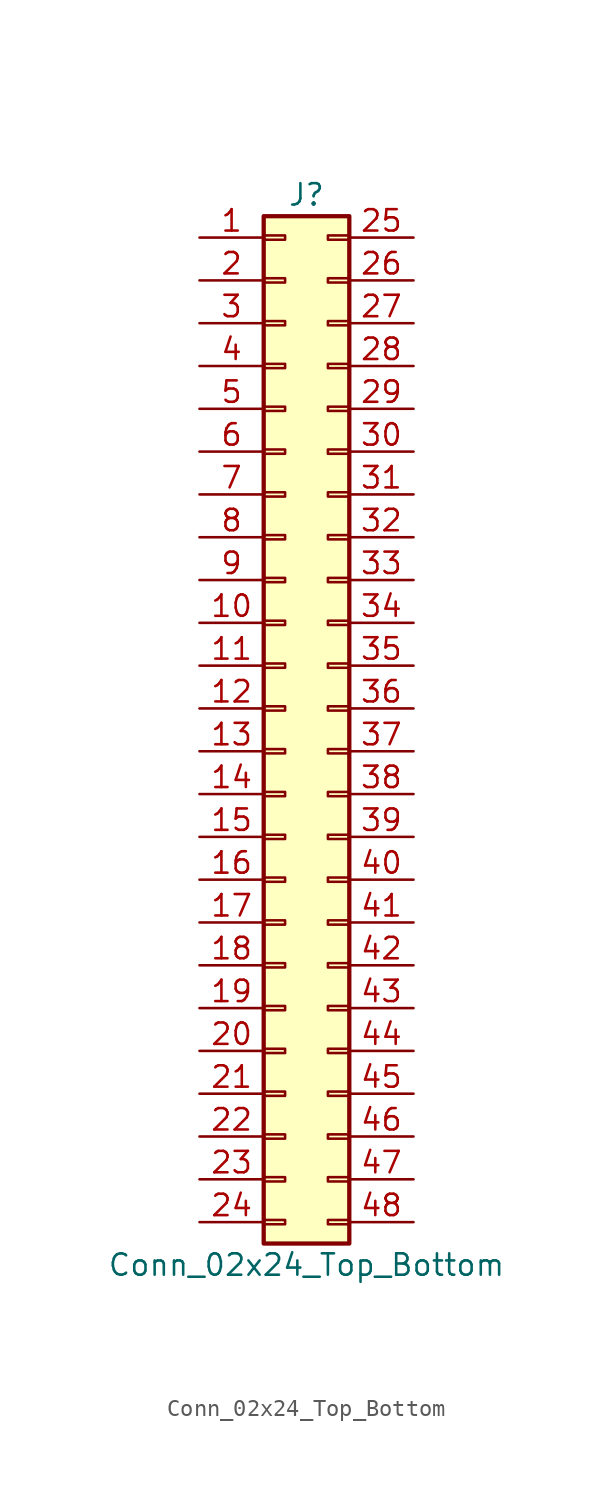
<source format=kicad_sym>
(kicad_symbol_lib
  (version 20211014)
  (generator kicad_symbol_editor)
  (symbol "Conn_02x24_Top_Bottom"
    (pin_names
      (offset 1.016) hide)
    (property "Reference" "J"
      (at 1.27 30.48 0)
      (effects (font (size 1.27 1.27))))
    (property "Value" "Conn_02x24_Top_Bottom"
      (at 1.27 -33.02 0)
      (effects (font (size 1.27 1.27))))
    (symbol "Conn_02x24_Top_Bottom_1_1"
      (rectangle (start -1.27 -30.353) (end 0 -30.607) (stroke (width 0.152) (type default) (color 0 0 0 0)) (fill (type none)))
      (rectangle (start -1.27 -27.813) (end 0 -28.067) (stroke (width 0.152) (type default) (color 0 0 0 0)) (fill (type none)))
      (rectangle (start -1.27 -25.273) (end 0 -25.527) (stroke (width 0.152) (type default) (color 0 0 0 0)) (fill (type none)))
      (rectangle (start -1.27 -22.733) (end 0 -22.987) (stroke (width 0.152) (type default) (color 0 0 0 0)) (fill (type none)))
      (rectangle (start -1.27 -20.193) (end 0 -20.447) (stroke (width 0.152) (type default) (color 0 0 0 0)) (fill (type none)))
      (rectangle (start -1.27 -17.653) (end 0 -17.907) (stroke (width 0.152) (type default) (color 0 0 0 0)) (fill (type none)))
      (rectangle (start -1.27 -15.113) (end 0 -15.367) (stroke (width 0.152) (type default) (color 0 0 0 0)) (fill (type none)))
      (rectangle (start -1.27 -12.573) (end 0 -12.827) (stroke (width 0.152) (type default) (color 0 0 0 0)) (fill (type none)))
      (rectangle (start -1.27 -10.033) (end 0 -10.287) (stroke (width 0.152) (type default) (color 0 0 0 0)) (fill (type none)))
      (rectangle (start -1.27 -7.493) (end 0 -7.747) (stroke (width 0.152) (type default) (color 0 0 0 0)) (fill (type none)))
      (rectangle (start -1.27 -4.953) (end 0 -5.207) (stroke (width 0.152) (type default) (color 0 0 0 0)) (fill (type none)))
      (rectangle (start -1.27 -2.413) (end 0 -2.667) (stroke (width 0.152) (type default) (color 0 0 0 0)) (fill (type none)))
      (rectangle (start -1.27 0.127) (end 0 -0.127) (stroke (width 0.152) (type default) (color 0 0 0 0)) (fill (type none)))
      (rectangle (start -1.27 2.667) (end 0 2.413) (stroke (width 0.152) (type default) (color 0 0 0 0)) (fill (type none)))
      (rectangle (start -1.27 5.207) (end 0 4.953) (stroke (width 0.152) (type default) (color 0 0 0 0)) (fill (type none)))
      (rectangle (start -1.27 7.747) (end 0 7.493) (stroke (width 0.152) (type default) (color 0 0 0 0)) (fill (type none)))
      (rectangle (start -1.27 10.287) (end 0 10.033) (stroke (width 0.152) (type default) (color 0 0 0 0)) (fill (type none)))
      (rectangle (start -1.27 12.827) (end 0 12.573) (stroke (width 0.152) (type default) (color 0 0 0 0)) (fill (type none)))
      (rectangle (start -1.27 15.367) (end 0 15.113) (stroke (width 0.152) (type default) (color 0 0 0 0)) (fill (type none)))
      (rectangle (start -1.27 17.907) (end 0 17.653) (stroke (width 0.152) (type default) (color 0 0 0 0)) (fill (type none)))
      (rectangle (start -1.27 20.447) (end 0 20.193) (stroke (width 0.152) (type default) (color 0 0 0 0)) (fill (type none)))
      (rectangle (start -1.27 22.987) (end 0 22.733) (stroke (width 0.152) (type default) (color 0 0 0 0)) (fill (type none)))
      (rectangle (start -1.27 25.527) (end 0 25.273) (stroke (width 0.152) (type default) (color 0 0 0 0)) (fill (type none)))
      (rectangle (start -1.27 28.067) (end 0 27.813) (stroke (width 0.152) (type default) (color 0 0 0 0)) (fill (type none)))
      (rectangle (start -1.27 29.21) (end 3.81 -31.75) (stroke (width 0.254) (type default) (color 0 0 0 0)) (fill (type background)))
      (rectangle (start 3.81 -30.353) (end 2.54 -30.607) (stroke (width 0.152) (type default) (color 0 0 0 0)) (fill (type none)))
      (rectangle (start 3.81 -27.813) (end 2.54 -28.067) (stroke (width 0.152) (type default) (color 0 0 0 0)) (fill (type none)))
      (rectangle (start 3.81 -25.273) (end 2.54 -25.527) (stroke (width 0.152) (type default) (color 0 0 0 0)) (fill (type none)))
      (rectangle (start 3.81 -22.733) (end 2.54 -22.987) (stroke (width 0.152) (type default) (color 0 0 0 0)) (fill (type none)))
      (rectangle (start 3.81 -20.193) (end 2.54 -20.447) (stroke (width 0.152) (type default) (color 0 0 0 0)) (fill (type none)))
      (rectangle (start 3.81 -17.653) (end 2.54 -17.907) (stroke (width 0.152) (type default) (color 0 0 0 0)) (fill (type none)))
      (rectangle (start 3.81 -15.113) (end 2.54 -15.367) (stroke (width 0.152) (type default) (color 0 0 0 0)) (fill (type none)))
      (rectangle (start 3.81 -12.573) (end 2.54 -12.827) (stroke (width 0.152) (type default) (color 0 0 0 0)) (fill (type none)))
      (rectangle (start 3.81 -10.033) (end 2.54 -10.287) (stroke (width 0.152) (type default) (color 0 0 0 0)) (fill (type none)))
      (rectangle (start 3.81 -7.493) (end 2.54 -7.747) (stroke (width 0.152) (type default) (color 0 0 0 0)) (fill (type none)))
      (rectangle (start 3.81 -4.953) (end 2.54 -5.207) (stroke (width 0.152) (type default) (color 0 0 0 0)) (fill (type none)))
      (rectangle (start 3.81 -2.413) (end 2.54 -2.667) (stroke (width 0.152) (type default) (color 0 0 0 0)) (fill (type none)))
      (rectangle (start 3.81 0.127) (end 2.54 -0.127) (stroke (width 0.152) (type default) (color 0 0 0 0)) (fill (type none)))
      (rectangle (start 3.81 2.667) (end 2.54 2.413) (stroke (width 0.152) (type default) (color 0 0 0 0)) (fill (type none)))
      (rectangle (start 3.81 5.207) (end 2.54 4.953) (stroke (width 0.152) (type default) (color 0 0 0 0)) (fill (type none)))
      (rectangle (start 3.81 7.747) (end 2.54 7.493) (stroke (width 0.152) (type default) (color 0 0 0 0)) (fill (type none)))
      (rectangle (start 3.81 10.287) (end 2.54 10.033) (stroke (width 0.152) (type default) (color 0 0 0 0)) (fill (type none)))
      (rectangle (start 3.81 12.827) (end 2.54 12.573) (stroke (width 0.152) (type default) (color 0 0 0 0)) (fill (type none)))
      (rectangle (start 3.81 15.367) (end 2.54 15.113) (stroke (width 0.152) (type default) (color 0 0 0 0)) (fill (type none)))
      (rectangle (start 3.81 17.907) (end 2.54 17.653) (stroke (width 0.152) (type default) (color 0 0 0 0)) (fill (type none)))
      (rectangle (start 3.81 20.447) (end 2.54 20.193) (stroke (width 0.152) (type default) (color 0 0 0 0)) (fill (type none)))
      (rectangle (start 3.81 22.987) (end 2.54 22.733) (stroke (width 0.152) (type default) (color 0 0 0 0)) (fill (type none)))
      (rectangle (start 3.81 25.527) (end 2.54 25.273) (stroke (width 0.152) (type default) (color 0 0 0 0)) (fill (type none)))
      (rectangle (start 3.81 28.067) (end 2.54 27.813) (stroke (width 0.152) (type default) (color 0 0 0 0)) (fill (type none)))
      (pin passive line (at -5.08 27.94 0) (length 3.81) (name "Pin_1" (effects (font (size 1.27 1.27)))) (number "1" (effects (font (size 1.27 1.27)))))
      (pin passive line (at -5.08 5.08 0) (length 3.81) (name "Pin_10" (effects (font (size 1.27 1.27)))) (number "10" (effects (font (size 1.27 1.27)))))
      (pin passive line (at -5.08 2.54 0) (length 3.81) (name "Pin_11" (effects (font (size 1.27 1.27)))) (number "11" (effects (font (size 1.27 1.27)))))
      (pin passive line (at -5.08 0 0) (length 3.81) (name "Pin_12" (effects (font (size 1.27 1.27)))) (number "12" (effects (font (size 1.27 1.27)))))
      (pin passive line (at -5.08 -2.54 0) (length 3.81) (name "Pin_13" (effects (font (size 1.27 1.27)))) (number "13" (effects (font (size 1.27 1.27)))))
      (pin passive line (at -5.08 -5.08 0) (length 3.81) (name "Pin_14" (effects (font (size 1.27 1.27)))) (number "14" (effects (font (size 1.27 1.27)))))
      (pin passive line (at -5.08 -7.62 0) (length 3.81) (name "Pin_15" (effects (font (size 1.27 1.27)))) (number "15" (effects (font (size 1.27 1.27)))))
      (pin passive line (at -5.08 -10.16 0) (length 3.81) (name "Pin_16" (effects (font (size 1.27 1.27)))) (number "16" (effects (font (size 1.27 1.27)))))
      (pin passive line (at -5.08 -12.7 0) (length 3.81) (name "Pin_17" (effects (font (size 1.27 1.27)))) (number "17" (effects (font (size 1.27 1.27)))))
      (pin passive line (at -5.08 -15.24 0) (length 3.81) (name "Pin_18" (effects (font (size 1.27 1.27)))) (number "18" (effects (font (size 1.27 1.27)))))
      (pin passive line (at -5.08 -17.78 0) (length 3.81) (name "Pin_19" (effects (font (size 1.27 1.27)))) (number "19" (effects (font (size 1.27 1.27)))))
      (pin passive line (at -5.08 25.4 0) (length 3.81) (name "Pin_2" (effects (font (size 1.27 1.27)))) (number "2" (effects (font (size 1.27 1.27)))))
      (pin passive line (at -5.08 -20.32 0) (length 3.81) (name "Pin_20" (effects (font (size 1.27 1.27)))) (number "20" (effects (font (size 1.27 1.27)))))
      (pin passive line (at -5.08 -22.86 0) (length 3.81) (name "Pin_21" (effects (font (size 1.27 1.27)))) (number "21" (effects (font (size 1.27 1.27)))))
      (pin passive line (at -5.08 -25.4 0) (length 3.81) (name "Pin_22" (effects (font (size 1.27 1.27)))) (number "22" (effects (font (size 1.27 1.27)))))
      (pin passive line (at -5.08 -27.94 0) (length 3.81) (name "Pin_23" (effects (font (size 1.27 1.27)))) (number "23" (effects (font (size 1.27 1.27)))))
      (pin passive line (at -5.08 -30.48 0) (length 3.81) (name "Pin_24" (effects (font (size 1.27 1.27)))) (number "24" (effects (font (size 1.27 1.27)))))
      (pin passive line (at 7.62 27.94 180) (length 3.81) (name "Pin_25" (effects (font (size 1.27 1.27)))) (number "25" (effects (font (size 1.27 1.27)))))
      (pin passive line (at 7.62 25.4 180) (length 3.81) (name "Pin_26" (effects (font (size 1.27 1.27)))) (number "26" (effects (font (size 1.27 1.27)))))
      (pin passive line (at 7.62 22.86 180) (length 3.81) (name "Pin_27" (effects (font (size 1.27 1.27)))) (number "27" (effects (font (size 1.27 1.27)))))
      (pin passive line (at 7.62 20.32 180) (length 3.81) (name "Pin_28" (effects (font (size 1.27 1.27)))) (number "28" (effects (font (size 1.27 1.27)))))
      (pin passive line (at 7.62 17.78 180) (length 3.81) (name "Pin_29" (effects (font (size 1.27 1.27)))) (number "29" (effects (font (size 1.27 1.27)))))
      (pin passive line (at -5.08 22.86 0) (length 3.81) (name "Pin_3" (effects (font (size 1.27 1.27)))) (number "3" (effects (font (size 1.27 1.27)))))
      (pin passive line (at 7.62 15.24 180) (length 3.81) (name "Pin_30" (effects (font (size 1.27 1.27)))) (number "30" (effects (font (size 1.27 1.27)))))
      (pin passive line (at 7.62 12.7 180) (length 3.81) (name "Pin_31" (effects (font (size 1.27 1.27)))) (number "31" (effects (font (size 1.27 1.27)))))
      (pin passive line (at 7.62 10.16 180) (length 3.81) (name "Pin_32" (effects (font (size 1.27 1.27)))) (number "32" (effects (font (size 1.27 1.27)))))
      (pin passive line (at 7.62 7.62 180) (length 3.81) (name "Pin_33" (effects (font (size 1.27 1.27)))) (number "33" (effects (font (size 1.27 1.27)))))
      (pin passive line (at 7.62 5.08 180) (length 3.81) (name "Pin_34" (effects (font (size 1.27 1.27)))) (number "34" (effects (font (size 1.27 1.27)))))
      (pin passive line (at 7.62 2.54 180) (length 3.81) (name "Pin_35" (effects (font (size 1.27 1.27)))) (number "35" (effects (font (size 1.27 1.27)))))
      (pin passive line (at 7.62 0 180) (length 3.81) (name "Pin_36" (effects (font (size 1.27 1.27)))) (number "36" (effects (font (size 1.27 1.27)))))
      (pin passive line (at 7.62 -2.54 180) (length 3.81) (name "Pin_37" (effects (font (size 1.27 1.27)))) (number "37" (effects (font (size 1.27 1.27)))))
      (pin passive line (at 7.62 -5.08 180) (length 3.81) (name "Pin_38" (effects (font (size 1.27 1.27)))) (number "38" (effects (font (size 1.27 1.27)))))
      (pin passive line (at 7.62 -7.62 180) (length 3.81) (name "Pin_39" (effects (font (size 1.27 1.27)))) (number "39" (effects (font (size 1.27 1.27)))))
      (pin passive line (at -5.08 20.32 0) (length 3.81) (name "Pin_4" (effects (font (size 1.27 1.27)))) (number "4" (effects (font (size 1.27 1.27)))))
      (pin passive line (at 7.62 -10.16 180) (length 3.81) (name "Pin_40" (effects (font (size 1.27 1.27)))) (number "40" (effects (font (size 1.27 1.27)))))
      (pin passive line (at 7.62 -12.7 180) (length 3.81) (name "Pin_41" (effects (font (size 1.27 1.27)))) (number "41" (effects (font (size 1.27 1.27)))))
      (pin passive line (at 7.62 -15.24 180) (length 3.81) (name "Pin_42" (effects (font (size 1.27 1.27)))) (number "42" (effects (font (size 1.27 1.27)))))
      (pin passive line (at 7.62 -17.78 180) (length 3.81) (name "Pin_43" (effects (font (size 1.27 1.27)))) (number "43" (effects (font (size 1.27 1.27)))))
      (pin passive line (at 7.62 -20.32 180) (length 3.81) (name "Pin_44" (effects (font (size 1.27 1.27)))) (number "44" (effects (font (size 1.27 1.27)))))
      (pin passive line (at 7.62 -22.86 180) (length 3.81) (name "Pin_45" (effects (font (size 1.27 1.27)))) (number "45" (effects (font (size 1.27 1.27)))))
      (pin passive line (at 7.62 -25.4 180) (length 3.81) (name "Pin_46" (effects (font (size 1.27 1.27)))) (number "46" (effects (font (size 1.27 1.27)))))
      (pin passive line (at 7.62 -27.94 180) (length 3.81) (name "Pin_47" (effects (font (size 1.27 1.27)))) (number "47" (effects (font (size 1.27 1.27)))))
      (pin passive line (at 7.62 -30.48 180) (length 3.81) (name "Pin_48" (effects (font (size 1.27 1.27)))) (number "48" (effects (font (size 1.27 1.27)))))
      (pin passive line (at -5.08 17.78 0) (length 3.81) (name "Pin_5" (effects (font (size 1.27 1.27)))) (number "5" (effects (font (size 1.27 1.27)))))
      (pin passive line (at -5.08 15.24 0) (length 3.81) (name "Pin_6" (effects (font (size 1.27 1.27)))) (number "6" (effects (font (size 1.27 1.27)))))
      (pin passive line (at -5.08 12.7 0) (length 3.81) (name "Pin_7" (effects (font (size 1.27 1.27)))) (number "7" (effects (font (size 1.27 1.27)))))
      (pin passive line (at -5.08 10.16 0) (length 3.81) (name "Pin_8" (effects (font (size 1.27 1.27)))) (number "8" (effects (font (size 1.27 1.27)))))
      (pin passive line (at -5.08 7.62 0) (length 3.81) (name "Pin_9" (effects (font (size 1.27 1.27)))) (number "9" (effects (font (size 1.27 1.27))))))))
</source>
